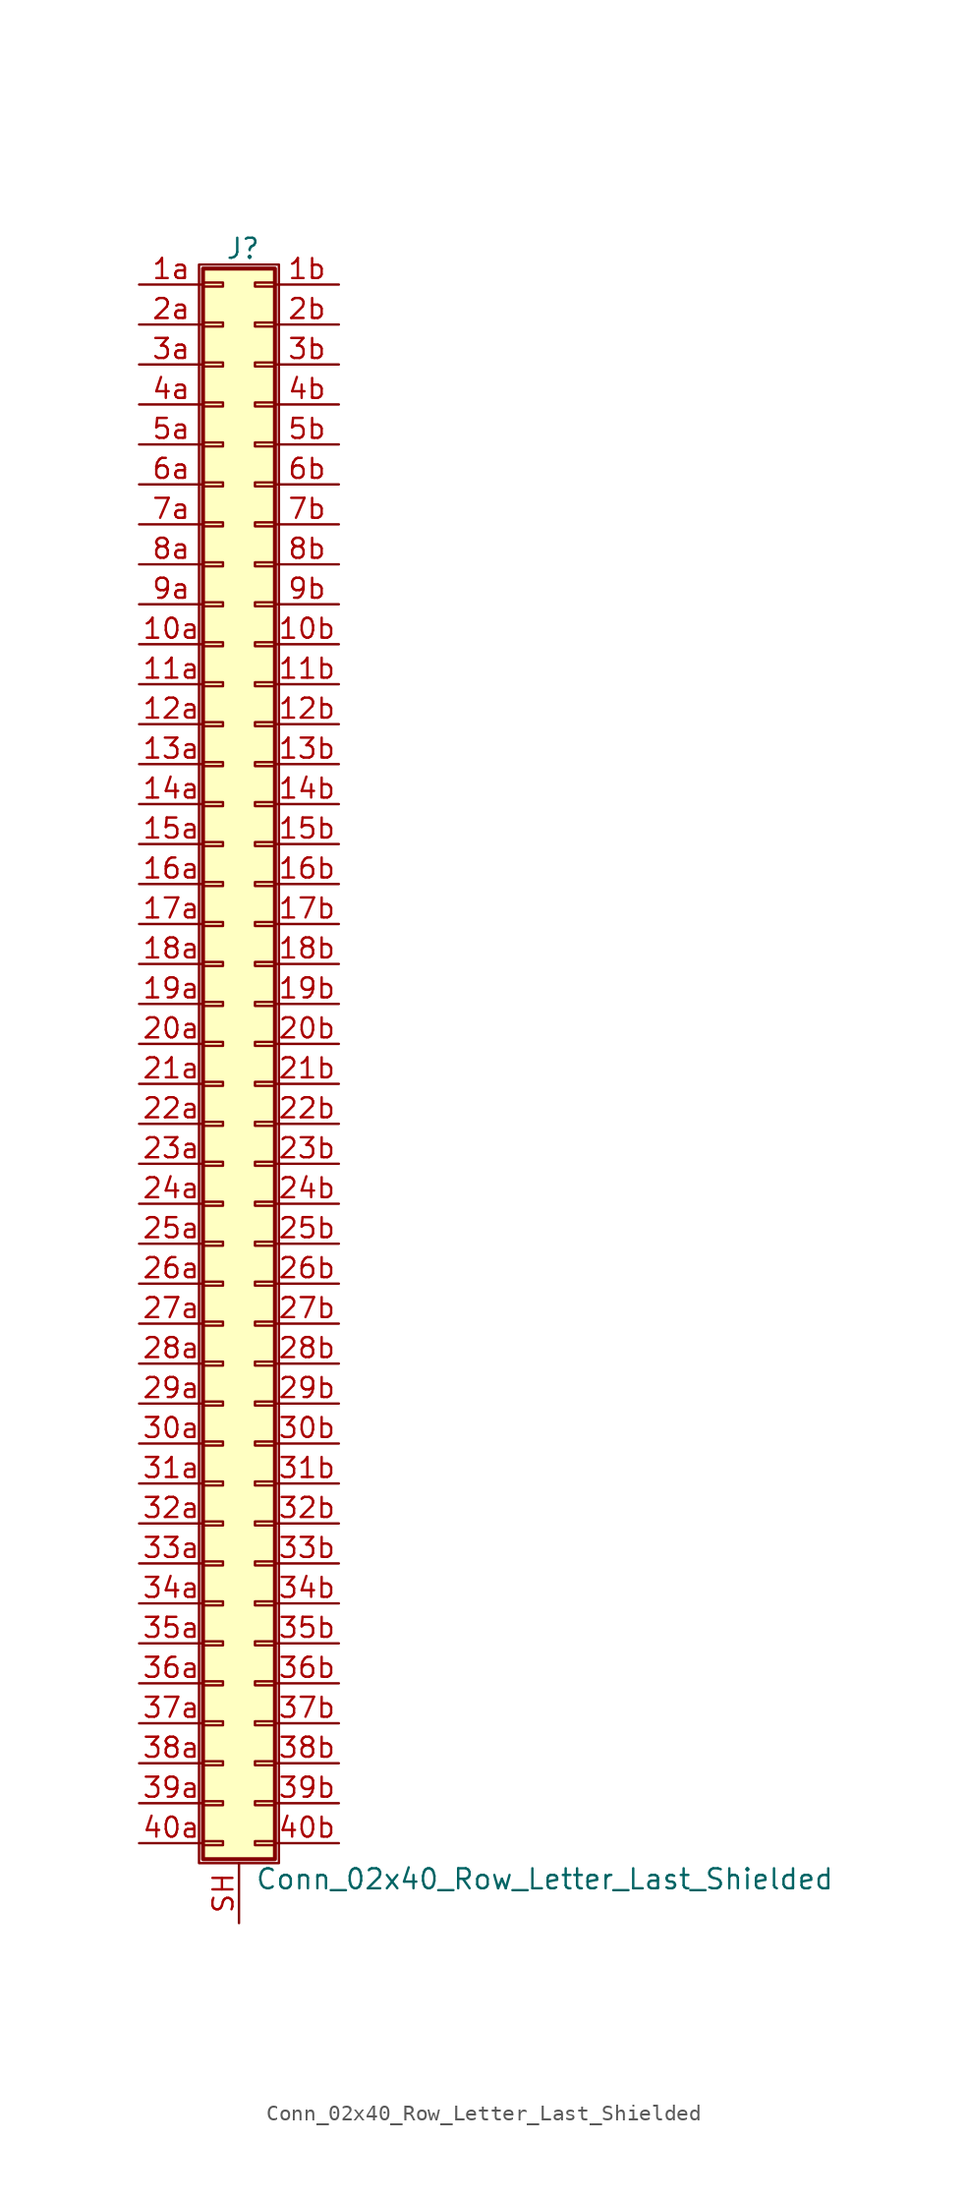
<source format=kicad_sym>
(kicad_symbol_lib
  (version 20201005)
  (generator kicad_symbol_editor)
  (symbol "Conn_02x40_Row_Letter_Last_Shielded"
    (pin_names
      (offset 1.016) hide)
    (property "Reference" "J"
      (at 1.524 50.546 0)
      (effects (font (size 1.27 1.27))))
    (property "Value" "Conn_02x40_Row_Letter_Last_Shielded"
      (at 2.286 -53.086 0)
      (effects (font (size 1.27 1.27)) (justify left)))
    (symbol "Conn_02x40_Row_Letter_Last_Shielded_1_1"
      (rectangle (start -1.27 49.53) (end 3.81 -52.07) (stroke (width 0.152)) (fill (type none)))
      (rectangle (start -1.016 -50.673) (end 0.254 -50.927) (stroke (width 0.152)) (fill (type none)))
      (rectangle (start -1.016 -48.133) (end 0.254 -48.387) (stroke (width 0.152)) (fill (type none)))
      (rectangle (start -1.016 -45.593) (end 0.254 -45.847) (stroke (width 0.152)) (fill (type none)))
      (rectangle (start -1.016 -43.053) (end 0.254 -43.307) (stroke (width 0.152)) (fill (type none)))
      (rectangle (start -1.016 -40.513) (end 0.254 -40.767) (stroke (width 0.152)) (fill (type none)))
      (rectangle (start -1.016 -37.973) (end 0.254 -38.227) (stroke (width 0.152)) (fill (type none)))
      (rectangle (start -1.016 -35.433) (end 0.254 -35.687) (stroke (width 0.152)) (fill (type none)))
      (rectangle (start -1.016 -32.893) (end 0.254 -33.147) (stroke (width 0.152)) (fill (type none)))
      (rectangle (start -1.016 -30.353) (end 0.254 -30.607) (stroke (width 0.152)) (fill (type none)))
      (rectangle (start -1.016 -27.813) (end 0.254 -28.067) (stroke (width 0.152)) (fill (type none)))
      (rectangle (start -1.016 -25.273) (end 0.254 -25.527) (stroke (width 0.152)) (fill (type none)))
      (rectangle (start -1.016 -22.733) (end 0.254 -22.987) (stroke (width 0.152)) (fill (type none)))
      (rectangle (start -1.016 -20.193) (end 0.254 -20.447) (stroke (width 0.152)) (fill (type none)))
      (rectangle (start -1.016 -17.653) (end 0.254 -17.907) (stroke (width 0.152)) (fill (type none)))
      (rectangle (start -1.016 -15.113) (end 0.254 -15.367) (stroke (width 0.152)) (fill (type none)))
      (rectangle (start -1.016 -12.573) (end 0.254 -12.827) (stroke (width 0.152)) (fill (type none)))
      (rectangle (start -1.016 -10.033) (end 0.254 -10.287) (stroke (width 0.152)) (fill (type none)))
      (rectangle (start -1.016 -7.493) (end 0.254 -7.747) (stroke (width 0.152)) (fill (type none)))
      (rectangle (start -1.016 -4.953) (end 0.254 -5.207) (stroke (width 0.152)) (fill (type none)))
      (rectangle (start -1.016 -2.413) (end 0.254 -2.667) (stroke (width 0.152)) (fill (type none)))
      (rectangle (start -1.016 0.127) (end 0.254 -0.127) (stroke (width 0.152)) (fill (type none)))
      (rectangle (start -1.016 2.667) (end 0.254 2.413) (stroke (width 0.152)) (fill (type none)))
      (rectangle (start -1.016 5.207) (end 0.254 4.953) (stroke (width 0.152)) (fill (type none)))
      (rectangle (start -1.016 7.747) (end 0.254 7.493) (stroke (width 0.152)) (fill (type none)))
      (rectangle (start -1.016 10.287) (end 0.254 10.033) (stroke (width 0.152)) (fill (type none)))
      (rectangle (start -1.016 12.827) (end 0.254 12.573) (stroke (width 0.152)) (fill (type none)))
      (rectangle (start -1.016 15.367) (end 0.254 15.113) (stroke (width 0.152)) (fill (type none)))
      (rectangle (start -1.016 17.907) (end 0.254 17.653) (stroke (width 0.152)) (fill (type none)))
      (rectangle (start -1.016 20.447) (end 0.254 20.193) (stroke (width 0.152)) (fill (type none)))
      (rectangle (start -1.016 22.987) (end 0.254 22.733) (stroke (width 0.152)) (fill (type none)))
      (rectangle (start -1.016 25.527) (end 0.254 25.273) (stroke (width 0.152)) (fill (type none)))
      (rectangle (start -1.016 28.067) (end 0.254 27.813) (stroke (width 0.152)) (fill (type none)))
      (rectangle (start -1.016 30.607) (end 0.254 30.353) (stroke (width 0.152)) (fill (type none)))
      (rectangle (start -1.016 33.147) (end 0.254 32.893) (stroke (width 0.152)) (fill (type none)))
      (rectangle (start -1.016 35.687) (end 0.254 35.433) (stroke (width 0.152)) (fill (type none)))
      (rectangle (start -1.016 38.227) (end 0.254 37.973) (stroke (width 0.152)) (fill (type none)))
      (rectangle (start -1.016 40.767) (end 0.254 40.513) (stroke (width 0.152)) (fill (type none)))
      (rectangle (start -1.016 43.307) (end 0.254 43.053) (stroke (width 0.152)) (fill (type none)))
      (rectangle (start -1.016 45.847) (end 0.254 45.593) (stroke (width 0.152)) (fill (type none)))
      (rectangle (start -1.016 48.387) (end 0.254 48.133) (stroke (width 0.152)) (fill (type none)))
      (rectangle (start 3.556 -50.673) (end 2.286 -50.927) (stroke (width 0.152)) (fill (type none)))
      (rectangle (start 3.556 -48.133) (end 2.286 -48.387) (stroke (width 0.152)) (fill (type none)))
      (rectangle (start 3.556 -45.593) (end 2.286 -45.847) (stroke (width 0.152)) (fill (type none)))
      (rectangle (start 3.556 -43.053) (end 2.286 -43.307) (stroke (width 0.152)) (fill (type none)))
      (rectangle (start 3.556 -40.513) (end 2.286 -40.767) (stroke (width 0.152)) (fill (type none)))
      (rectangle (start 3.556 -37.973) (end 2.286 -38.227) (stroke (width 0.152)) (fill (type none)))
      (rectangle (start 3.556 -35.433) (end 2.286 -35.687) (stroke (width 0.152)) (fill (type none)))
      (rectangle (start 3.556 -32.893) (end 2.286 -33.147) (stroke (width 0.152)) (fill (type none)))
      (rectangle (start 3.556 -30.353) (end 2.286 -30.607) (stroke (width 0.152)) (fill (type none)))
      (rectangle (start 3.556 -27.813) (end 2.286 -28.067) (stroke (width 0.152)) (fill (type none)))
      (rectangle (start 3.556 -25.273) (end 2.286 -25.527) (stroke (width 0.152)) (fill (type none)))
      (rectangle (start 3.556 -22.733) (end 2.286 -22.987) (stroke (width 0.152)) (fill (type none)))
      (rectangle (start 3.556 -20.193) (end 2.286 -20.447) (stroke (width 0.152)) (fill (type none)))
      (rectangle (start 3.556 -17.653) (end 2.286 -17.907) (stroke (width 0.152)) (fill (type none)))
      (rectangle (start 3.556 -15.113) (end 2.286 -15.367) (stroke (width 0.152)) (fill (type none)))
      (rectangle (start 3.556 -12.573) (end 2.286 -12.827) (stroke (width 0.152)) (fill (type none)))
      (rectangle (start 3.556 -10.033) (end 2.286 -10.287) (stroke (width 0.152)) (fill (type none)))
      (rectangle (start 3.556 -7.493) (end 2.286 -7.747) (stroke (width 0.152)) (fill (type none)))
      (rectangle (start 3.556 -4.953) (end 2.286 -5.207) (stroke (width 0.152)) (fill (type none)))
      (rectangle (start 3.556 -2.413) (end 2.286 -2.667) (stroke (width 0.152)) (fill (type none)))
      (rectangle (start 3.556 0.127) (end 2.286 -0.127) (stroke (width 0.152)) (fill (type none)))
      (rectangle (start 3.556 2.667) (end 2.286 2.413) (stroke (width 0.152)) (fill (type none)))
      (rectangle (start 3.556 5.207) (end 2.286 4.953) (stroke (width 0.152)) (fill (type none)))
      (rectangle (start 3.556 7.747) (end 2.286 7.493) (stroke (width 0.152)) (fill (type none)))
      (rectangle (start 3.556 10.287) (end 2.286 10.033) (stroke (width 0.152)) (fill (type none)))
      (rectangle (start 3.556 12.827) (end 2.286 12.573) (stroke (width 0.152)) (fill (type none)))
      (rectangle (start 3.556 15.367) (end 2.286 15.113) (stroke (width 0.152)) (fill (type none)))
      (rectangle (start 3.556 17.907) (end 2.286 17.653) (stroke (width 0.152)) (fill (type none)))
      (rectangle (start 3.556 20.447) (end 2.286 20.193) (stroke (width 0.152)) (fill (type none)))
      (rectangle (start 3.556 22.987) (end 2.286 22.733) (stroke (width 0.152)) (fill (type none)))
      (rectangle (start 3.556 25.527) (end 2.286 25.273) (stroke (width 0.152)) (fill (type none)))
      (rectangle (start 3.556 28.067) (end 2.286 27.813) (stroke (width 0.152)) (fill (type none)))
      (rectangle (start 3.556 30.607) (end 2.286 30.353) (stroke (width 0.152)) (fill (type none)))
      (rectangle (start 3.556 33.147) (end 2.286 32.893) (stroke (width 0.152)) (fill (type none)))
      (rectangle (start 3.556 35.687) (end 2.286 35.433) (stroke (width 0.152)) (fill (type none)))
      (rectangle (start 3.556 38.227) (end 2.286 37.973) (stroke (width 0.152)) (fill (type none)))
      (rectangle (start 3.556 40.767) (end 2.286 40.513) (stroke (width 0.152)) (fill (type none)))
      (rectangle (start 3.556 43.307) (end 2.286 43.053) (stroke (width 0.152)) (fill (type none)))
      (rectangle (start 3.556 45.847) (end 2.286 45.593) (stroke (width 0.152)) (fill (type none)))
      (rectangle (start 3.556 48.387) (end 2.286 48.133) (stroke (width 0.152)) (fill (type none)))
      (rectangle (start -1.016 49.276) (end 3.556 -51.816) (stroke (width 0.254)) (fill (type background)))
      (pin passive line (at -5.08 25.4 0) (length 4.064) (name "Pin_10a" (effects (font (size 1.27 1.27)))) (number "10a" (effects (font (size 1.27 1.27)))))
      (pin passive line (at 7.62 25.4 180) (length 4.064) (name "Pin_10b" (effects (font (size 1.27 1.27)))) (number "10b" (effects (font (size 1.27 1.27)))))
      (pin passive line (at -5.08 22.86 0) (length 4.064) (name "Pin_11a" (effects (font (size 1.27 1.27)))) (number "11a" (effects (font (size 1.27 1.27)))))
      (pin passive line (at 7.62 22.86 180) (length 4.064) (name "Pin_11b" (effects (font (size 1.27 1.27)))) (number "11b" (effects (font (size 1.27 1.27)))))
      (pin passive line (at -5.08 20.32 0) (length 4.064) (name "Pin_12a" (effects (font (size 1.27 1.27)))) (number "12a" (effects (font (size 1.27 1.27)))))
      (pin passive line (at 7.62 20.32 180) (length 4.064) (name "Pin_12b" (effects (font (size 1.27 1.27)))) (number "12b" (effects (font (size 1.27 1.27)))))
      (pin passive line (at -5.08 17.78 0) (length 4.064) (name "Pin_13a" (effects (font (size 1.27 1.27)))) (number "13a" (effects (font (size 1.27 1.27)))))
      (pin passive line (at 7.62 17.78 180) (length 4.064) (name "Pin_13b" (effects (font (size 1.27 1.27)))) (number "13b" (effects (font (size 1.27 1.27)))))
      (pin passive line (at -5.08 15.24 0) (length 4.064) (name "Pin_14a" (effects (font (size 1.27 1.27)))) (number "14a" (effects (font (size 1.27 1.27)))))
      (pin passive line (at 7.62 15.24 180) (length 4.064) (name "Pin_14b" (effects (font (size 1.27 1.27)))) (number "14b" (effects (font (size 1.27 1.27)))))
      (pin passive line (at -5.08 12.7 0) (length 4.064) (name "Pin_15a" (effects (font (size 1.27 1.27)))) (number "15a" (effects (font (size 1.27 1.27)))))
      (pin passive line (at 7.62 12.7 180) (length 4.064) (name "Pin_15b" (effects (font (size 1.27 1.27)))) (number "15b" (effects (font (size 1.27 1.27)))))
      (pin passive line (at -5.08 10.16 0) (length 4.064) (name "Pin_16a" (effects (font (size 1.27 1.27)))) (number "16a" (effects (font (size 1.27 1.27)))))
      (pin passive line (at 7.62 10.16 180) (length 4.064) (name "Pin_16b" (effects (font (size 1.27 1.27)))) (number "16b" (effects (font (size 1.27 1.27)))))
      (pin passive line (at -5.08 7.62 0) (length 4.064) (name "Pin_17a" (effects (font (size 1.27 1.27)))) (number "17a" (effects (font (size 1.27 1.27)))))
      (pin passive line (at 7.62 7.62 180) (length 4.064) (name "Pin_17b" (effects (font (size 1.27 1.27)))) (number "17b" (effects (font (size 1.27 1.27)))))
      (pin passive line (at -5.08 5.08 0) (length 4.064) (name "Pin_18a" (effects (font (size 1.27 1.27)))) (number "18a" (effects (font (size 1.27 1.27)))))
      (pin passive line (at 7.62 5.08 180) (length 4.064) (name "Pin_18b" (effects (font (size 1.27 1.27)))) (number "18b" (effects (font (size 1.27 1.27)))))
      (pin passive line (at -5.08 2.54 0) (length 4.064) (name "Pin_19a" (effects (font (size 1.27 1.27)))) (number "19a" (effects (font (size 1.27 1.27)))))
      (pin passive line (at 7.62 2.54 180) (length 4.064) (name "Pin_19b" (effects (font (size 1.27 1.27)))) (number "19b" (effects (font (size 1.27 1.27)))))
      (pin passive line (at -5.08 48.26 0) (length 4.064) (name "Pin_1a" (effects (font (size 1.27 1.27)))) (number "1a" (effects (font (size 1.27 1.27)))))
      (pin passive line (at 7.62 48.26 180) (length 4.064) (name "Pin_1b" (effects (font (size 1.27 1.27)))) (number "1b" (effects (font (size 1.27 1.27)))))
      (pin passive line (at -5.08 0 0) (length 4.064) (name "Pin_20a" (effects (font (size 1.27 1.27)))) (number "20a" (effects (font (size 1.27 1.27)))))
      (pin passive line (at 7.62 0 180) (length 4.064) (name "Pin_20b" (effects (font (size 1.27 1.27)))) (number "20b" (effects (font (size 1.27 1.27)))))
      (pin passive line (at -5.08 -2.54 0) (length 4.064) (name "Pin_21a" (effects (font (size 1.27 1.27)))) (number "21a" (effects (font (size 1.27 1.27)))))
      (pin passive line (at 7.62 -2.54 180) (length 4.064) (name "Pin_21b" (effects (font (size 1.27 1.27)))) (number "21b" (effects (font (size 1.27 1.27)))))
      (pin passive line (at -5.08 -5.08 0) (length 4.064) (name "Pin_22a" (effects (font (size 1.27 1.27)))) (number "22a" (effects (font (size 1.27 1.27)))))
      (pin passive line (at 7.62 -5.08 180) (length 4.064) (name "Pin_22b" (effects (font (size 1.27 1.27)))) (number "22b" (effects (font (size 1.27 1.27)))))
      (pin passive line (at -5.08 -7.62 0) (length 4.064) (name "Pin_23a" (effects (font (size 1.27 1.27)))) (number "23a" (effects (font (size 1.27 1.27)))))
      (pin passive line (at 7.62 -7.62 180) (length 4.064) (name "Pin_23b" (effects (font (size 1.27 1.27)))) (number "23b" (effects (font (size 1.27 1.27)))))
      (pin passive line (at -5.08 -10.16 0) (length 4.064) (name "Pin_24a" (effects (font (size 1.27 1.27)))) (number "24a" (effects (font (size 1.27 1.27)))))
      (pin passive line (at 7.62 -10.16 180) (length 4.064) (name "Pin_24b" (effects (font (size 1.27 1.27)))) (number "24b" (effects (font (size 1.27 1.27)))))
      (pin passive line (at -5.08 -12.7 0) (length 4.064) (name "Pin_25a" (effects (font (size 1.27 1.27)))) (number "25a" (effects (font (size 1.27 1.27)))))
      (pin passive line (at 7.62 -12.7 180) (length 4.064) (name "Pin_25b" (effects (font (size 1.27 1.27)))) (number "25b" (effects (font (size 1.27 1.27)))))
      (pin passive line (at -5.08 -15.24 0) (length 4.064) (name "Pin_26a" (effects (font (size 1.27 1.27)))) (number "26a" (effects (font (size 1.27 1.27)))))
      (pin passive line (at 7.62 -15.24 180) (length 4.064) (name "Pin_26b" (effects (font (size 1.27 1.27)))) (number "26b" (effects (font (size 1.27 1.27)))))
      (pin passive line (at -5.08 -17.78 0) (length 4.064) (name "Pin_27a" (effects (font (size 1.27 1.27)))) (number "27a" (effects (font (size 1.27 1.27)))))
      (pin passive line (at 7.62 -17.78 180) (length 4.064) (name "Pin_27b" (effects (font (size 1.27 1.27)))) (number "27b" (effects (font (size 1.27 1.27)))))
      (pin passive line (at -5.08 -20.32 0) (length 4.064) (name "Pin_28a" (effects (font (size 1.27 1.27)))) (number "28a" (effects (font (size 1.27 1.27)))))
      (pin passive line (at 7.62 -20.32 180) (length 4.064) (name "Pin_28b" (effects (font (size 1.27 1.27)))) (number "28b" (effects (font (size 1.27 1.27)))))
      (pin passive line (at -5.08 -22.86 0) (length 4.064) (name "Pin_29a" (effects (font (size 1.27 1.27)))) (number "29a" (effects (font (size 1.27 1.27)))))
      (pin passive line (at 7.62 -22.86 180) (length 4.064) (name "Pin_29b" (effects (font (size 1.27 1.27)))) (number "29b" (effects (font (size 1.27 1.27)))))
      (pin passive line (at -5.08 45.72 0) (length 4.064) (name "Pin_2a" (effects (font (size 1.27 1.27)))) (number "2a" (effects (font (size 1.27 1.27)))))
      (pin passive line (at 7.62 45.72 180) (length 4.064) (name "Pin_2b" (effects (font (size 1.27 1.27)))) (number "2b" (effects (font (size 1.27 1.27)))))
      (pin passive line (at -5.08 -25.4 0) (length 4.064) (name "Pin_30a" (effects (font (size 1.27 1.27)))) (number "30a" (effects (font (size 1.27 1.27)))))
      (pin passive line (at 7.62 -25.4 180) (length 4.064) (name "Pin_30b" (effects (font (size 1.27 1.27)))) (number "30b" (effects (font (size 1.27 1.27)))))
      (pin passive line (at -5.08 -27.94 0) (length 4.064) (name "Pin_31a" (effects (font (size 1.27 1.27)))) (number "31a" (effects (font (size 1.27 1.27)))))
      (pin passive line (at 7.62 -27.94 180) (length 4.064) (name "Pin_31b" (effects (font (size 1.27 1.27)))) (number "31b" (effects (font (size 1.27 1.27)))))
      (pin passive line (at -5.08 -30.48 0) (length 4.064) (name "Pin_32a" (effects (font (size 1.27 1.27)))) (number "32a" (effects (font (size 1.27 1.27)))))
      (pin passive line (at 7.62 -30.48 180) (length 4.064) (name "Pin_32b" (effects (font (size 1.27 1.27)))) (number "32b" (effects (font (size 1.27 1.27)))))
      (pin passive line (at -5.08 -33.02 0) (length 4.064) (name "Pin_33a" (effects (font (size 1.27 1.27)))) (number "33a" (effects (font (size 1.27 1.27)))))
      (pin passive line (at 7.62 -33.02 180) (length 4.064) (name "Pin_33b" (effects (font (size 1.27 1.27)))) (number "33b" (effects (font (size 1.27 1.27)))))
      (pin passive line (at -5.08 -35.56 0) (length 4.064) (name "Pin_34a" (effects (font (size 1.27 1.27)))) (number "34a" (effects (font (size 1.27 1.27)))))
      (pin passive line (at 7.62 -35.56 180) (length 4.064) (name "Pin_34b" (effects (font (size 1.27 1.27)))) (number "34b" (effects (font (size 1.27 1.27)))))
      (pin passive line (at -5.08 -38.1 0) (length 4.064) (name "Pin_35a" (effects (font (size 1.27 1.27)))) (number "35a" (effects (font (size 1.27 1.27)))))
      (pin passive line (at 7.62 -38.1 180) (length 4.064) (name "Pin_35b" (effects (font (size 1.27 1.27)))) (number "35b" (effects (font (size 1.27 1.27)))))
      (pin passive line (at -5.08 -40.64 0) (length 4.064) (name "Pin_36a" (effects (font (size 1.27 1.27)))) (number "36a" (effects (font (size 1.27 1.27)))))
      (pin passive line (at 7.62 -40.64 180) (length 4.064) (name "Pin_36b" (effects (font (size 1.27 1.27)))) (number "36b" (effects (font (size 1.27 1.27)))))
      (pin passive line (at -5.08 -43.18 0) (length 4.064) (name "Pin_37a" (effects (font (size 1.27 1.27)))) (number "37a" (effects (font (size 1.27 1.27)))))
      (pin passive line (at 7.62 -43.18 180) (length 4.064) (name "Pin_37b" (effects (font (size 1.27 1.27)))) (number "37b" (effects (font (size 1.27 1.27)))))
      (pin passive line (at -5.08 -45.72 0) (length 4.064) (name "Pin_38a" (effects (font (size 1.27 1.27)))) (number "38a" (effects (font (size 1.27 1.27)))))
      (pin passive line (at 7.62 -45.72 180) (length 4.064) (name "Pin_38b" (effects (font (size 1.27 1.27)))) (number "38b" (effects (font (size 1.27 1.27)))))
      (pin passive line (at -5.08 -48.26 0) (length 4.064) (name "Pin_39a" (effects (font (size 1.27 1.27)))) (number "39a" (effects (font (size 1.27 1.27)))))
      (pin passive line (at 7.62 -48.26 180) (length 4.064) (name "Pin_39b" (effects (font (size 1.27 1.27)))) (number "39b" (effects (font (size 1.27 1.27)))))
      (pin passive line (at -5.08 43.18 0) (length 4.064) (name "Pin_3a" (effects (font (size 1.27 1.27)))) (number "3a" (effects (font (size 1.27 1.27)))))
      (pin passive line (at 7.62 43.18 180) (length 4.064) (name "Pin_3b" (effects (font (size 1.27 1.27)))) (number "3b" (effects (font (size 1.27 1.27)))))
      (pin passive line (at -5.08 -50.8 0) (length 4.064) (name "Pin_40a" (effects (font (size 1.27 1.27)))) (number "40a" (effects (font (size 1.27 1.27)))))
      (pin passive line (at 7.62 -50.8 180) (length 4.064) (name "Pin_40b" (effects (font (size 1.27 1.27)))) (number "40b" (effects (font (size 1.27 1.27)))))
      (pin passive line (at -5.08 40.64 0) (length 4.064) (name "Pin_4a" (effects (font (size 1.27 1.27)))) (number "4a" (effects (font (size 1.27 1.27)))))
      (pin passive line (at 7.62 40.64 180) (length 4.064) (name "Pin_4b" (effects (font (size 1.27 1.27)))) (number "4b" (effects (font (size 1.27 1.27)))))
      (pin passive line (at -5.08 38.1 0) (length 4.064) (name "Pin_5a" (effects (font (size 1.27 1.27)))) (number "5a" (effects (font (size 1.27 1.27)))))
      (pin passive line (at 7.62 38.1 180) (length 4.064) (name "Pin_5b" (effects (font (size 1.27 1.27)))) (number "5b" (effects (font (size 1.27 1.27)))))
      (pin passive line (at -5.08 35.56 0) (length 4.064) (name "Pin_6a" (effects (font (size 1.27 1.27)))) (number "6a" (effects (font (size 1.27 1.27)))))
      (pin passive line (at 7.62 35.56 180) (length 4.064) (name "Pin_6b" (effects (font (size 1.27 1.27)))) (number "6b" (effects (font (size 1.27 1.27)))))
      (pin passive line (at -5.08 33.02 0) (length 4.064) (name "Pin_7a" (effects (font (size 1.27 1.27)))) (number "7a" (effects (font (size 1.27 1.27)))))
      (pin passive line (at 7.62 33.02 180) (length 4.064) (name "Pin_7b" (effects (font (size 1.27 1.27)))) (number "7b" (effects (font (size 1.27 1.27)))))
      (pin passive line (at -5.08 30.48 0) (length 4.064) (name "Pin_8a" (effects (font (size 1.27 1.27)))) (number "8a" (effects (font (size 1.27 1.27)))))
      (pin passive line (at 7.62 30.48 180) (length 4.064) (name "Pin_8b" (effects (font (size 1.27 1.27)))) (number "8b" (effects (font (size 1.27 1.27)))))
      (pin passive line (at -5.08 27.94 0) (length 4.064) (name "Pin_9a" (effects (font (size 1.27 1.27)))) (number "9a" (effects (font (size 1.27 1.27)))))
      (pin passive line (at 7.62 27.94 180) (length 4.064) (name "Pin_9b" (effects (font (size 1.27 1.27)))) (number "9b" (effects (font (size 1.27 1.27)))))
      (pin passive line (at 1.27 -55.88 90) (length 3.81) (name "Shield" (effects (font (size 1.27 1.27)))) (number "SH" (effects (font (size 1.27 1.27))))))))
</source>
